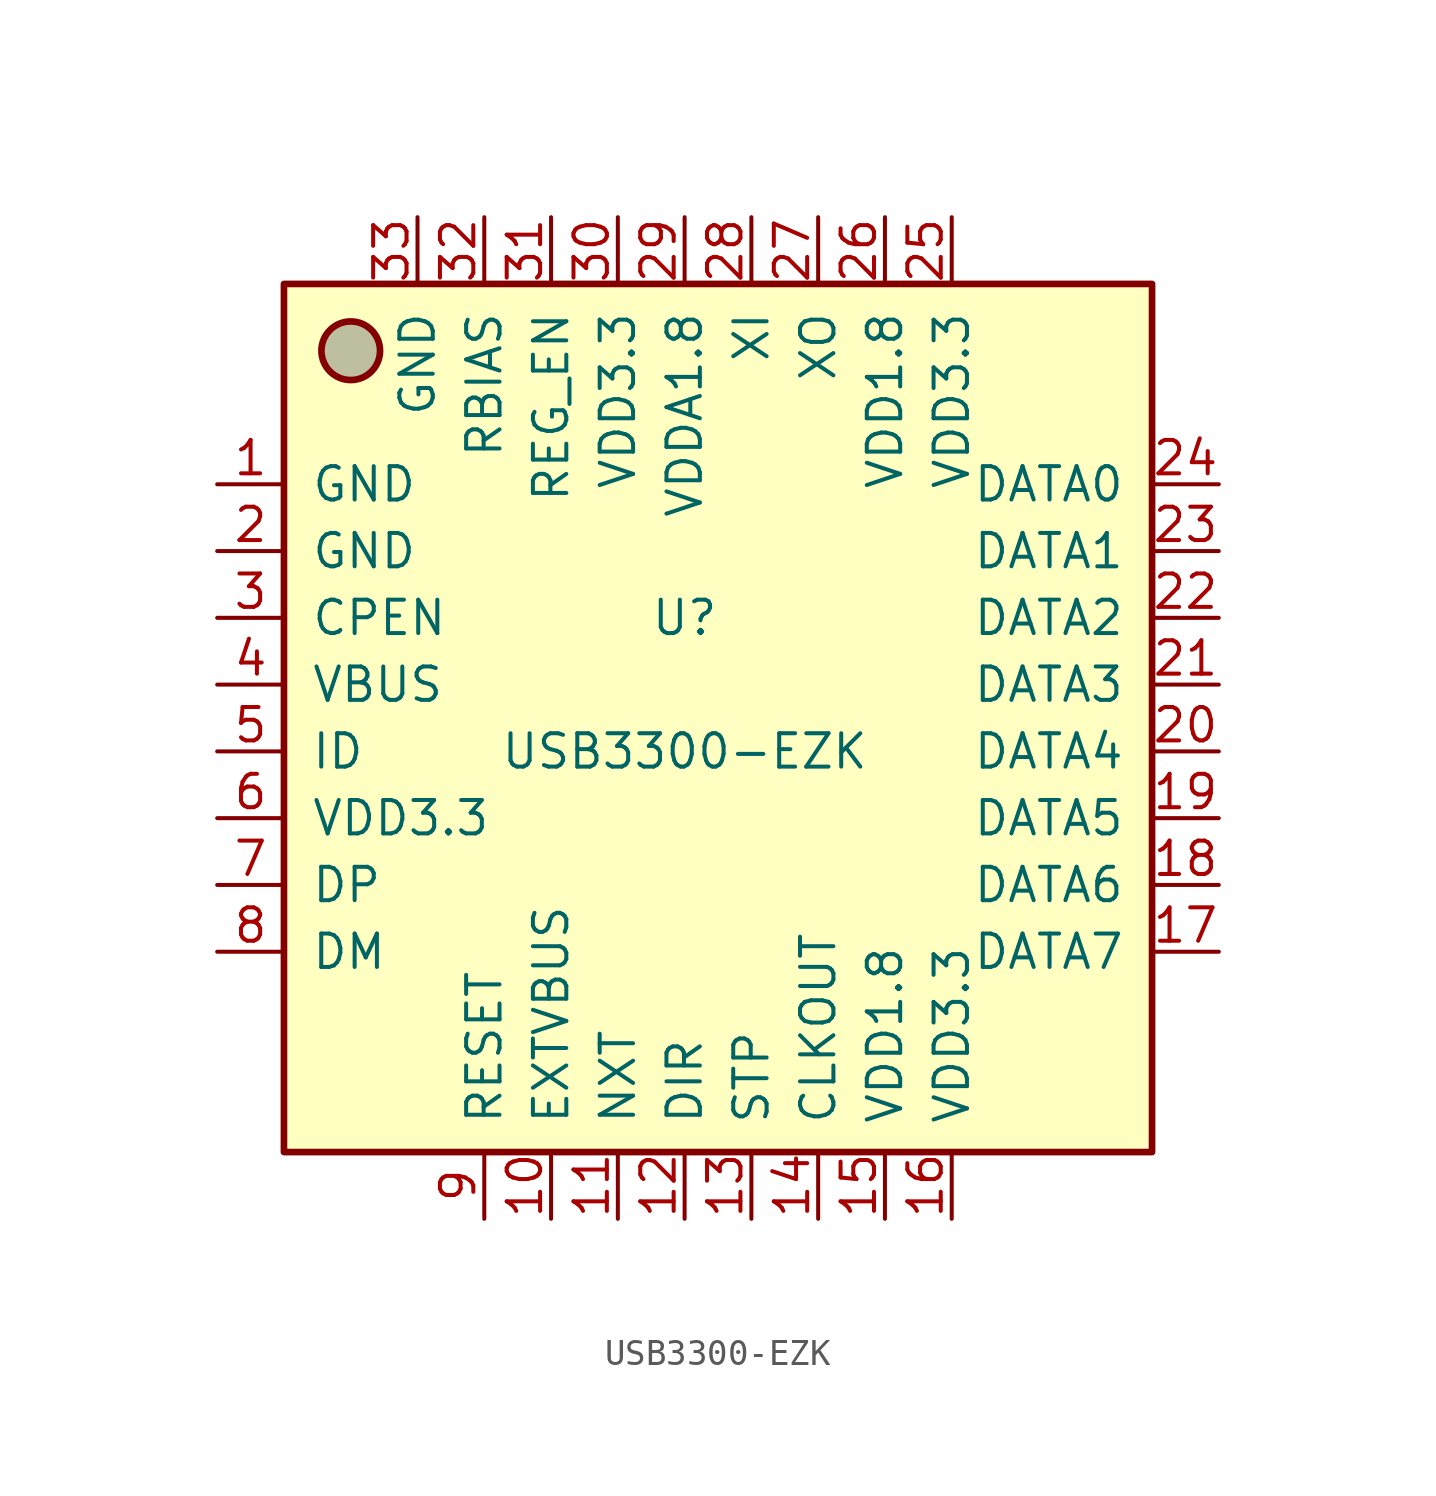
<source format=kicad_sym>
(kicad_symbol_lib
  (version 20241209)
  (generator "kicad_symbol_editor")
  (generator_version "9.0")
  (symbol "USB3300-EZK"
    (pin_names
      (offset 1.016))
    (property "Reference" "U"
      (at 2.54 2.54 0)
      (effects (font (size 1.27 1.27))))
    (property "Value" "USB3300-EZK"
      (at 2.54 -2.54 0)
      (effects (font (size 1.27 1.27))))
    (symbol "USB3300-EZK_0_1"
      (rectangle (start -12.7 15.24) (end 20.32 -17.78) (stroke (width 0.254) (type default)) (fill (type background))))
    (symbol "USB3300-EZK_1_1"
      (circle (center -10.16 12.7) (radius 1.115) (stroke (width 0.254) (type solid)) (fill (type color) (color 127 127 127 0.5)))
      (pin power_in line (at -15.24 7.62 0) (length 2.54) (name "GND" (effects (font (size 1.27 1.27)))) (number "1" (effects (font (size 1.27 1.27)))))
      (pin power_in line (at -15.24 5.08 0) (length 2.54) (name "GND" (effects (font (size 1.27 1.27)))) (number "2" (effects (font (size 1.27 1.27)))))
      (pin output line (at -15.24 2.54 0) (length 2.54) (name "CPEN" (effects (font (size 1.27 1.27)))) (number "3" (effects (font (size 1.27 1.27)))))
      (pin power_in line (at -15.24 0 0) (length 2.54) (name "VBUS" (effects (font (size 1.27 1.27)))) (number "4" (effects (font (size 1.27 1.27)))))
      (pin input line (at -15.24 -2.54 0) (length 2.54) (name "ID" (effects (font (size 1.27 1.27)))) (number "5" (effects (font (size 1.27 1.27)))))
      (pin power_in line (at -15.24 -5.08 0) (length 2.54) (name "VDD3.3" (effects (font (size 1.27 1.27)))) (number "6" (effects (font (size 1.27 1.27)))))
      (pin bidirectional line (at -15.24 -7.62 0) (length 2.54) (name "DP" (effects (font (size 1.27 1.27)))) (number "7" (effects (font (size 1.27 1.27)))))
      (pin bidirectional line (at -15.24 -10.16 0) (length 2.54) (name "DM" (effects (font (size 1.27 1.27)))) (number "8" (effects (font (size 1.27 1.27)))))
      (pin power_in line (at -7.62 17.78 270) (length 2.54) (name "GND" (effects (font (size 1.27 1.27)))) (number "33" (effects (font (size 1.27 1.27)))))
      (pin passive line (at -5.08 17.78 270) (length 2.54) (name "RBIAS" (effects (font (size 1.27 1.27)))) (number "32" (effects (font (size 1.27 1.27)))))
      (pin input line (at -5.08 -20.32 90) (length 2.54) (name "RESET" (effects (font (size 1.27 1.27)))) (number "9" (effects (font (size 1.27 1.27)))))
      (pin bidirectional line (at -2.54 17.78 270) (length 2.54) (name "REG_EN" (effects (font (size 1.27 1.27)))) (number "31" (effects (font (size 1.27 1.27)))))
      (pin input line (at -2.54 -20.32 90) (length 2.54) (name "EXTVBUS" (effects (font (size 1.27 1.27)))) (number "10" (effects (font (size 1.27 1.27)))))
      (pin power_in line (at 0 17.78 270) (length 2.54) (name "VDD3.3" (effects (font (size 1.27 1.27)))) (number "30" (effects (font (size 1.27 1.27)))))
      (pin output line (at 0 -20.32 90) (length 2.54) (name "NXT" (effects (font (size 1.27 1.27)))) (number "11" (effects (font (size 1.27 1.27)))))
      (pin power_out line (at 2.54 17.78 270) (length 2.54) (name "VDDA1.8" (effects (font (size 1.27 1.27)))) (number "29" (effects (font (size 1.27 1.27)))))
      (pin output line (at 2.54 -20.32 90) (length 2.54) (name "DIR" (effects (font (size 1.27 1.27)))) (number "12" (effects (font (size 1.27 1.27)))))
      (pin input line (at 5.08 17.78 270) (length 2.54) (name "XI" (effects (font (size 1.27 1.27)))) (number "28" (effects (font (size 1.27 1.27)))))
      (pin input line (at 5.08 -20.32 90) (length 2.54) (name "STP" (effects (font (size 1.27 1.27)))) (number "13" (effects (font (size 1.27 1.27)))))
      (pin output line (at 7.62 17.78 270) (length 2.54) (name "XO" (effects (font (size 1.27 1.27)))) (number "27" (effects (font (size 1.27 1.27)))))
      (pin output line (at 7.62 -20.32 90) (length 2.54) (name "CLKOUT" (effects (font (size 1.27 1.27)))) (number "14" (effects (font (size 1.27 1.27)))))
      (pin power_out line (at 10.16 17.78 270) (length 2.54) (name "VDD1.8" (effects (font (size 1.27 1.27)))) (number "26" (effects (font (size 1.27 1.27)))))
      (pin power_out line (at 10.16 -20.32 90) (length 2.54) (name "VDD1.8" (effects (font (size 1.27 1.27)))) (number "15" (effects (font (size 1.27 1.27)))))
      (pin power_in line (at 12.7 17.78 270) (length 2.54) (name "VDD3.3" (effects (font (size 1.27 1.27)))) (number "25" (effects (font (size 1.27 1.27)))))
      (pin power_in line (at 12.7 -20.32 90) (length 2.54) (name "VDD3.3" (effects (font (size 1.27 1.27)))) (number "16" (effects (font (size 1.27 1.27)))))
      (pin bidirectional line (at 22.86 7.62 180) (length 2.54) (name "DATA0" (effects (font (size 1.27 1.27)))) (number "24" (effects (font (size 1.27 1.27)))))
      (pin bidirectional line (at 22.86 5.08 180) (length 2.54) (name "DATA1" (effects (font (size 1.27 1.27)))) (number "23" (effects (font (size 1.27 1.27)))))
      (pin bidirectional line (at 22.86 2.54 180) (length 2.54) (name "DATA2" (effects (font (size 1.27 1.27)))) (number "22" (effects (font (size 1.27 1.27)))))
      (pin bidirectional line (at 22.86 0 180) (length 2.54) (name "DATA3" (effects (font (size 1.27 1.27)))) (number "21" (effects (font (size 1.27 1.27)))))
      (pin bidirectional line (at 22.86 -2.54 180) (length 2.54) (name "DATA4" (effects (font (size 1.27 1.27)))) (number "20" (effects (font (size 1.27 1.27)))))
      (pin bidirectional line (at 22.86 -5.08 180) (length 2.54) (name "DATA5" (effects (font (size 1.27 1.27)))) (number "19" (effects (font (size 1.27 1.27)))))
      (pin bidirectional line (at 22.86 -7.62 180) (length 2.54) (name "DATA6" (effects (font (size 1.27 1.27)))) (number "18" (effects (font (size 1.27 1.27)))))
      (pin bidirectional line (at 22.86 -10.16 180) (length 2.54) (name "DATA7" (effects (font (size 1.27 1.27)))) (number "17" (effects (font (size 1.27 1.27))))))))
</source>
